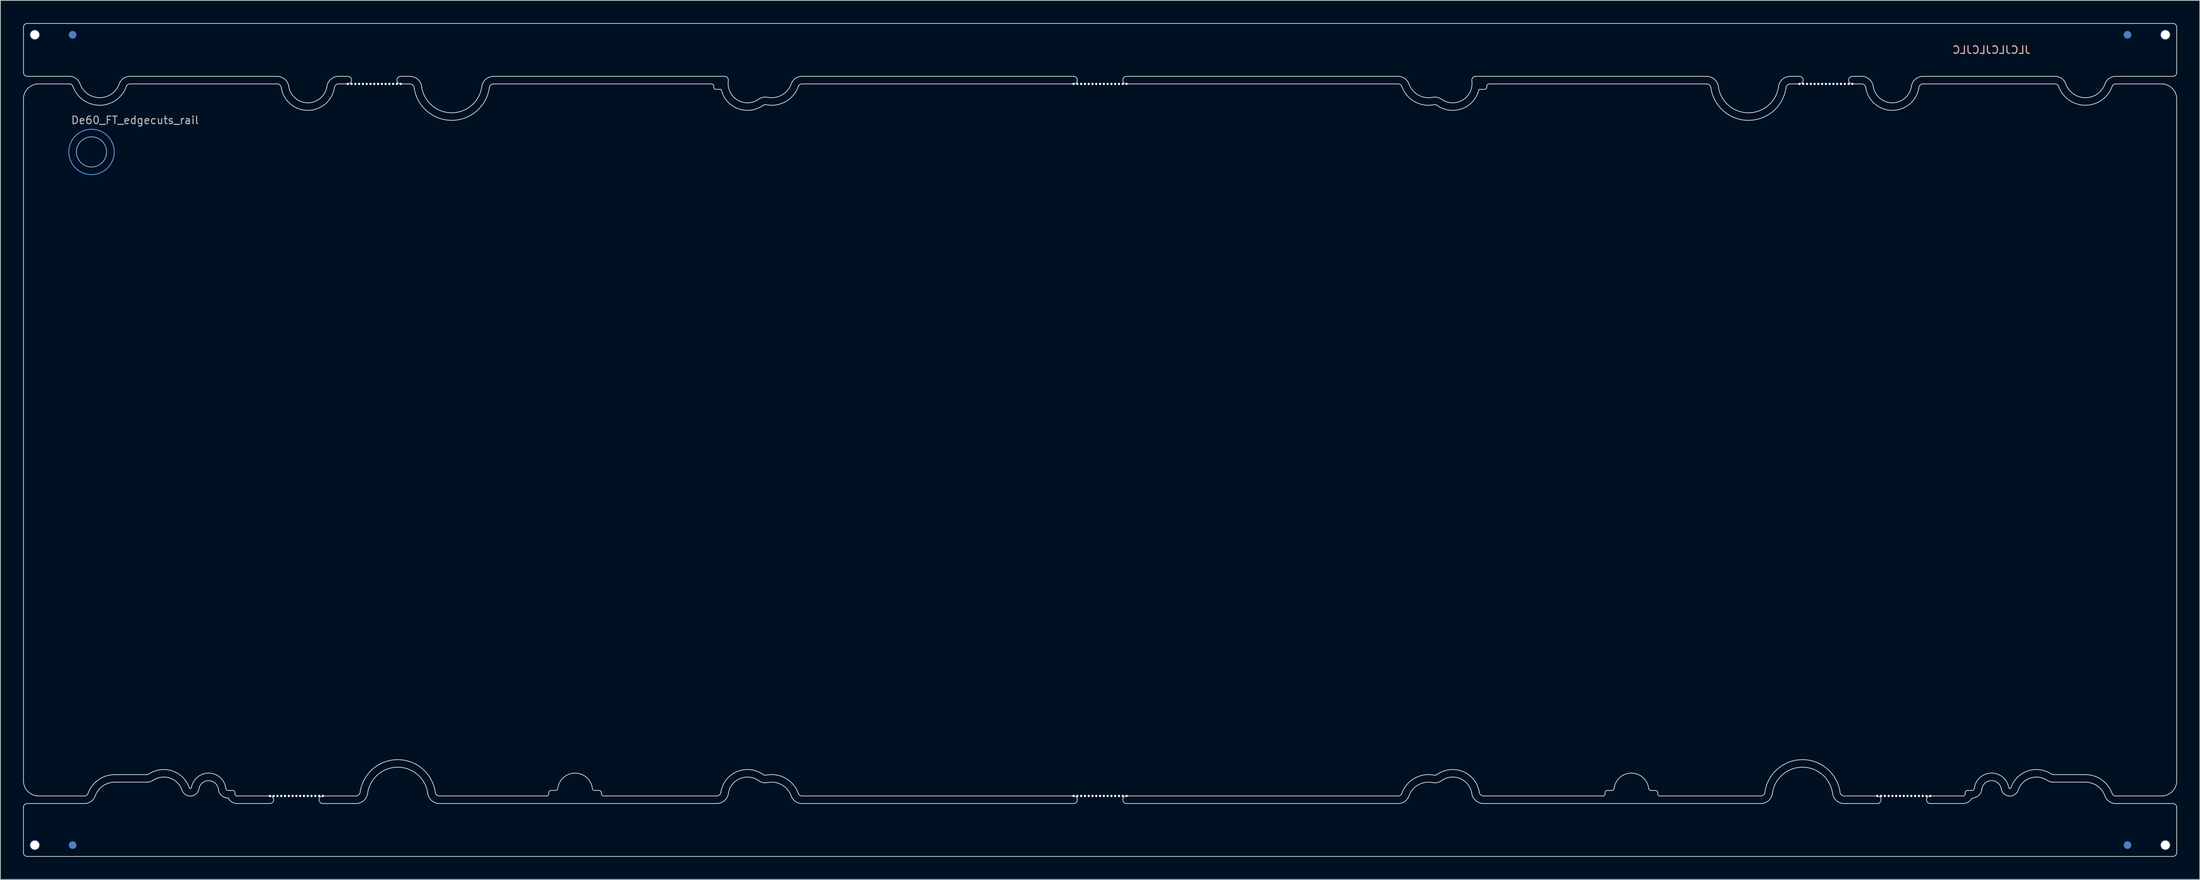
<source format=kicad_pcb>
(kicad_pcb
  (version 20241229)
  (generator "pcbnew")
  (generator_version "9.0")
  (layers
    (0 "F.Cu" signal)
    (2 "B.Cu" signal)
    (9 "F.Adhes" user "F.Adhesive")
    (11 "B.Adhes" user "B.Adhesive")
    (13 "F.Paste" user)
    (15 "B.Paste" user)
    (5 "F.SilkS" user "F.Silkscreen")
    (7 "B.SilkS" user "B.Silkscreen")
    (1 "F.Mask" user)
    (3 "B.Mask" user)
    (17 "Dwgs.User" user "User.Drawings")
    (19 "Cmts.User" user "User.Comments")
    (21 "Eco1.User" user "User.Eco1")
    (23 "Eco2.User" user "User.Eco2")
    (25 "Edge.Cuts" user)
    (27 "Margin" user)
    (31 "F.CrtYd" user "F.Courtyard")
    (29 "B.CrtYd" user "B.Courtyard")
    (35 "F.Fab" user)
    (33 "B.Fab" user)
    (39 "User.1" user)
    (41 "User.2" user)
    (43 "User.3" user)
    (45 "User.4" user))
  (footprint "De60_FT_edgecuts_rail"
    (layer "F.Cu")
    (at 9.051 17.05)
    (property "Reference" "De60_FT_edgecuts_rail" (at 5.751 -4.2 0) (unlocked yes) (layer "F.Fab") (effects (font (size 1 1) (thickness 0.15))))
    (fp_circle (center 0 0) (end 0 -3) (stroke (width 0.12) (type solid)) (fill no) (layer "Cmts.User"))
    (fp_circle (center 0 0) (end 1.994 0) (stroke (width 0.05) (type solid)) (fill no) (layer "Cmts.User"))
    (fp_line (start -9.001 92.7) (end -9.001 86.7) (stroke (width 0.1) (type solid)) (layer "Edge.Cuts"))
    (fp_line (start -9 -7) (end -9 83.201) (stroke (width 0.1) (type solid)) (layer "Edge.Cuts"))
    (fp_line (start -8.996 -16.5) (end -8.996 -10.5) (stroke (width 0.1) (type solid)) (layer "Edge.Cuts"))
    (fp_line (start -8.501 86.2) (end -0.929 86.2) (stroke (width 0.1) (type solid)) (layer "Edge.Cuts"))
    (fp_line (start -8.496 -10) (end -2.929 -10) (stroke (width 0.1) (type solid)) (layer "Edge.Cuts"))
    (fp_line (start -2.929 -9) (end -7 -9) (stroke (width 0.1) (type solid)) (layer "Edge.Cuts"))
    (fp_line (start -0.929 85.2) (end -7 85.2) (stroke (width 0.1) (type solid)) (layer "Edge.Cuts"))
    (fp_line (start 3.075 83.375) (end 7.311 83.375) (stroke (width 0.1) (type solid)) (layer "Edge.Cuts"))
    (fp_line (start 5.079 -10) (end 24.531 -10) (stroke (width 0.1) (type solid)) (layer "Edge.Cuts"))
    (fp_line (start 7.311 82.375) (end 3.075 82.375) (stroke (width 0.1) (type solid)) (layer "Edge.Cuts"))
    (fp_line (start 13.037 85.211) (end 13.089 85.211) (stroke (width 0.1) (type solid)) (layer "Edge.Cuts"))
    (fp_line (start 13.089 84.211) (end 13.037 84.211) (stroke (width 0.1) (type solid)) (layer "Edge.Cuts"))
    (fp_line (start 18.061 85.475) (end 18.086 85.475) (stroke (width 0.1) (type solid)) (layer "Edge.Cuts"))
    (fp_line (start 18.664 84.475) (end 18.061 84.475) (stroke (width 0.1) (type solid)) (layer "Edge.Cuts"))
    (fp_line (start 18.956 84.874) (end 18.962 84.808) (stroke (width 0.1) (type solid)) (layer "Edge.Cuts"))
    (fp_line (start 19.159 86.2) (end 23.587 86.2) (stroke (width 0.1) (type solid)) (layer "Edge.Cuts"))
    (fp_line (start 23.587 85.2) (end 19.209 85.2) (stroke (width 0.1) (type solid)) (layer "Edge.Cuts"))
    (fp_line (start 24.53 -9) (end 5.079 -9) (stroke (width 0.1) (type solid)) (layer "Edge.Cuts"))
    (fp_line (start 30.587 86.2) (end 34.967 86.2) (stroke (width 0.1) (type solid)) (layer "Edge.Cuts"))
    (fp_line (start 32.671 -10) (end 33.884 -10) (stroke (width 0.1) (type solid)) (layer "Edge.Cuts"))
    (fp_line (start 33.884 -9) (end 32.672 -9) (stroke (width 0.1) (type solid)) (layer "Edge.Cuts"))
    (fp_line (start 34.966 85.2) (end 30.587 85.2) (stroke (width 0.1) (type solid)) (layer "Edge.Cuts"))
    (fp_line (start 40.884 -10) (end 42.096 -10) (stroke (width 0.1) (type solid)) (layer "Edge.Cuts"))
    (fp_line (start 42.095 -9) (end 40.884 -9) (stroke (width 0.1) (type solid)) (layer "Edge.Cuts"))
    (fp_line (start 45.995 86.2) (end 82.653 86.2) (stroke (width 0.1) (type solid)) (layer "Edge.Cuts"))
    (fp_line (start 53.154 -10) (end 83.702 -10) (stroke (width 0.1) (type solid)) (layer "Edge.Cuts"))
    (fp_line (start 60.206 85.2) (end 45.996 85.2) (stroke (width 0.1) (type solid)) (layer "Edge.Cuts"))
    (fp_line (start 60.453 84.808) (end 60.459 84.874) (stroke (width 0.1) (type solid)) (layer "Edge.Cuts"))
    (fp_line (start 61.354 84.475) (end 60.751 84.475) (stroke (width 0.1) (type solid)) (layer "Edge.Cuts"))
    (fp_line (start 67.123 84.475) (end 66.519 84.475) (stroke (width 0.1) (type solid)) (layer "Edge.Cuts"))
    (fp_line (start 67.413 84.903) (end 67.421 84.808) (stroke (width 0.1) (type solid)) (layer "Edge.Cuts"))
    (fp_line (start 81.975 -9) (end 53.155 -9) (stroke (width 0.1) (type solid)) (layer "Edge.Cuts"))
    (fp_line (start 82.267 -8.601) (end 82.273 -8.666) (stroke (width 0.1) (type solid)) (layer "Edge.Cuts"))
    (fp_line (start 82.654 85.2) (end 67.667 85.2) (stroke (width 0.1) (type solid)) (layer "Edge.Cuts"))
    (fp_line (start 83.256 -8.274) (end 82.611 -8.274) (stroke (width 0.1) (type solid)) (layer "Edge.Cuts"))
    (fp_line (start 93.929 86.2) (end 129.85 86.2) (stroke (width 0.1) (type solid)) (layer "Edge.Cuts"))
    (fp_line (start 93.929 -10) (end 129.85 -10) (stroke (width 0.1) (type solid)) (layer "Edge.Cuts"))
    (fp_line (start 129.85 -9) (end 93.929 -9) (stroke (width 0.1) (type solid)) (layer "Edge.Cuts"))
    (fp_line (start 129.85 85.2) (end 93.929 85.2) (stroke (width 0.1) (type solid)) (layer "Edge.Cuts"))
    (fp_line (start 136.85 -9) (end 172.771 -9) (stroke (width 0.1) (type solid)) (layer "Edge.Cuts"))
    (fp_line (start 136.85 85.2) (end 172.771 85.2) (stroke (width 0.1) (type solid)) (layer "Edge.Cuts"))
    (fp_line (start 172.771 -10) (end 136.85 -10) (stroke (width 0.1) (type solid)) (layer "Edge.Cuts"))
    (fp_line (start 172.771 86.2) (end 136.85 86.2) (stroke (width 0.1) (type solid)) (layer "Edge.Cuts"))
    (fp_line (start 183.444 -8.274) (end 184.142 -8.274) (stroke (width 0.1) (type solid)) (layer "Edge.Cuts"))
    (fp_line (start 184.046 85.2) (end 199.866 85.2) (stroke (width 0.1) (type solid)) (layer "Edge.Cuts"))
    (fp_line (start 184.486 -8.601) (end 184.479 -8.666) (stroke (width 0.1) (type solid)) (layer "Edge.Cuts"))
    (fp_line (start 184.777 -9) (end 213.545 -9) (stroke (width 0.1) (type solid)) (layer "Edge.Cuts"))
    (fp_line (start 200.119 84.874) (end 200.113 84.808) (stroke (width 0.1) (type solid)) (layer "Edge.Cuts"))
    (fp_line (start 200.411 84.475) (end 201.014 84.475) (stroke (width 0.1) (type solid)) (layer "Edge.Cuts"))
    (fp_line (start 206.179 84.475) (end 206.783 84.475) (stroke (width 0.1) (type solid)) (layer "Edge.Cuts"))
    (fp_line (start 207.081 84.808) (end 207.074 84.874) (stroke (width 0.1) (type solid)) (layer "Edge.Cuts"))
    (fp_line (start 207.327 85.2) (end 220.704 85.2) (stroke (width 0.1) (type solid)) (layer "Edge.Cuts"))
    (fp_line (start 213.546 -10) (end 182.998 -10) (stroke (width 0.1) (type solid)) (layer "Edge.Cuts"))
    (fp_line (start 220.705 86.2) (end 184.047 86.2) (stroke (width 0.1) (type solid)) (layer "Edge.Cuts"))
    (fp_line (start 224.605 -9) (end 225.816 -9) (stroke (width 0.1) (type solid)) (layer "Edge.Cuts"))
    (fp_line (start 225.816 -10) (end 224.604 -10) (stroke (width 0.1) (type solid)) (layer "Edge.Cuts"))
    (fp_line (start 231.734 85.2) (end 236.113 85.2) (stroke (width 0.1) (type solid)) (layer "Edge.Cuts"))
    (fp_line (start 232.816 -9) (end 234.028 -9) (stroke (width 0.1) (type solid)) (layer "Edge.Cuts"))
    (fp_line (start 234.029 -10) (end 232.816 -10) (stroke (width 0.1) (type solid)) (layer "Edge.Cuts"))
    (fp_line (start 236.113 86.2) (end 231.733 86.2) (stroke (width 0.1) (type solid)) (layer "Edge.Cuts"))
    (fp_line (start 242.17 -9) (end 259.621 -9) (stroke (width 0.1) (type solid)) (layer "Edge.Cuts"))
    (fp_line (start 243.112 86.2) (end 247.541 86.2) (stroke (width 0.1) (type solid)) (layer "Edge.Cuts"))
    (fp_line (start 243.113 85.2) (end 247.491 85.2) (stroke (width 0.1) (type solid)) (layer "Edge.Cuts"))
    (fp_line (start 247.744 84.874) (end 247.738 84.808) (stroke (width 0.1) (type solid)) (layer "Edge.Cuts"))
    (fp_line (start 248.036 84.475) (end 248.639 84.475) (stroke (width 0.1) (type solid)) (layer "Edge.Cuts"))
    (fp_line (start 253.611 84.211) (end 253.663 84.211) (stroke (width 0.1) (type solid)) (layer "Edge.Cuts"))
    (fp_line (start 253.611 85.211) (end 253.663 85.211) (stroke (width 0.1) (type solid)) (layer "Edge.Cuts"))
    (fp_line (start 259.389 82.375) (end 263.625 82.375) (stroke (width 0.1) (type solid)) (layer "Edge.Cuts"))
    (fp_line (start 259.389 83.375) (end 263.625 83.375) (stroke (width 0.1) (type solid)) (layer "Edge.Cuts"))
    (fp_line (start 259.621 -10) (end 242.169 -10) (stroke (width 0.1) (type solid)) (layer "Edge.Cuts"))
    (fp_line (start 267.629 85.2) (end 273.7 85.2) (stroke (width 0.1) (type solid)) (layer "Edge.Cuts"))
    (fp_line (start 267.629 86.2) (end 275.2 86.2) (stroke (width 0.1) (type solid)) (layer "Edge.Cuts"))
    (fp_line (start 267.629 -9) (end 273.7 -9) (stroke (width 0.1) (type solid)) (layer "Edge.Cuts"))
    (fp_line (start 275.199 -17) (end -8.496 -17) (stroke (width 0.1) (type solid)) (layer "Edge.Cuts"))
    (fp_line (start 275.199 -10) (end 267.629 -10) (stroke (width 0.1) (type solid)) (layer "Edge.Cuts"))
    (fp_line (start 275.2 93.2) (end -8.501 93.2) (stroke (width 0.1) (type solid)) (layer "Edge.Cuts"))
    (fp_line (start 275.699 -16.5) (end 275.699 -10.5) (stroke (width 0.1) (type solid)) (layer "Edge.Cuts"))
    (fp_line (start 275.7 -7) (end 275.7 83.201) (stroke (width 0.1) (type solid)) (layer "Edge.Cuts"))
    (fp_line (start 275.7 86.7) (end 275.7 92.7) (stroke (width 0.1) (type solid)) (layer "Edge.Cuts"))
    (fp_arc (start -9.001479 86.700001) (mid -8.855048 86.346424) (end -8.501479 86.200001) (stroke (width 0.1) (type solid)) (layer "Edge.Cuts"))
    (fp_arc (start -9.000006 -7.000001) (mid -8.413996 -8.413977) (end -7.000006 -9) (stroke (width 0.1) (type solid)) (layer "Edge.Cuts"))
    (fp_arc (start -8.99638 -16.5) (mid -8.849949 -16.853576) (end -8.49638 -17) (stroke (width 0.1) (type solid)) (layer "Edge.Cuts"))
    (fp_arc (start -8.501479 93.200001) (mid -8.855062 93.053564) (end -9.001479 92.700001) (stroke (width 0.1) (type solid)) (layer "Edge.Cuts"))
    (fp_arc (start -8.49638 -10) (mid -8.849962 -10.146437) (end -8.99638 -10.5) (stroke (width 0.1) (type solid)) (layer "Edge.Cuts"))
    (fp_arc (start -7.000006 85.200001) (mid -8.414508 84.614503) (end -9.000006 83.200001) (stroke (width 0.1) (type solid)) (layer "Edge.Cuts"))
    (fp_arc (start -2.92938 -10) (mid -2.064685 -9.725686) (end -1.516257 -9.003073) (stroke (width 0.1) (type solid)) (layer "Edge.Cuts"))
    (fp_arc (start -2.92938 -9) (mid -2.641166 -8.90855) (end -2.458339 -8.667691) (stroke (width 0.1) (type solid)) (layer "Edge.Cuts"))
    (fp_arc (start -0.458313 84.867853) (mid -0.641144 85.108592) (end -0.929297 85.200001) (stroke (width 0.1) (type solid)) (layer "Edge.Cuts"))
    (fp_arc (start -0.458313 84.867853) (mid 0.913092 83.061404) (end 3.074771 82.374997) (stroke (width 0.1) (type solid)) (layer "Edge.Cuts"))
    (fp_arc (start 0.483655 85.203556) (mid -0.064821 85.925814) (end -0.929297 86.200001) (stroke (width 0.1) (type solid)) (layer "Edge.Cuts"))
    (fp_arc (start 0.483655 85.203556) (mid 1.489617 83.878519) (end 3.075242 83.374996) (stroke (width 0.1) (type solid)) (layer "Edge.Cuts"))
    (fp_arc (start 3.666254 -9.003073) (mid 1.074999 -7.175001) (end -1.516257 -9.003073) (stroke (width 0.1) (type solid)) (layer "Edge.Cuts"))
    (fp_arc (start 3.666254 -9.003073) (mid 4.214673 -9.725715) (end 5.079377 -10) (stroke (width 0.1) (type solid)) (layer "Edge.Cuts"))
    (fp_arc (start 4.608336 -8.667691) (mid 1.074998 -6.175) (end -2.458339 -8.667691) (stroke (width 0.1) (type solid)) (layer "Edge.Cuts"))
    (fp_arc (start 4.608336 -8.667691) (mid 4.791135 -8.908592) (end 5.079377 -9) (stroke (width 0.1) (type solid)) (layer "Edge.Cuts"))
    (fp_arc (start 7.586978 82.291887) (mid 7.455074 82.353771) (end 7.31093 82.374996) (stroke (width 0.1) (type solid)) (layer "Edge.Cuts"))
    (fp_arc (start 7.586978 82.291887) (mid 10.708063 81.894405) (end 12.923162 84.128799) (stroke (width 0.1) (type solid)) (layer "Edge.Cuts"))
    (fp_arc (start 8.139075 83.125667) (mid 7.743362 83.311315) (end 7.31093 83.374996) (stroke (width 0.1) (type solid)) (layer "Edge.Cuts"))
    (fp_arc (start 8.139075 83.125667) (mid 10.382572 82.839951) (end 11.974829 84.446076) (stroke (width 0.1) (type solid)) (layer "Edge.Cuts"))
    (fp_arc (start 13.036962 84.210726) (mid 12.966874 84.188096) (end 12.923162 84.128799) (stroke (width 0.1) (type solid)) (layer "Edge.Cuts"))
    (fp_arc (start 13.036962 85.210726) (mid 12.382613 84.999662) (end 11.974829 84.446076) (stroke (width 0.1) (type solid)) (layer "Edge.Cuts"))
    (fp_arc (start 13.207477 84.109836) (mid 13.16682 84.182104) (end 13.089008 84.210726) (stroke (width 0.1) (type solid)) (layer "Edge.Cuts"))
    (fp_arc (start 13.207477 84.109836) (mid 15.528336 82.176666) (end 17.762598 84.209308) (stroke (width 0.1) (type solid)) (layer "Edge.Cuts"))
    (fp_arc (start 14.194715 84.269086) (mid 13.815183 84.943435) (end 13.089008 85.210726) (stroke (width 0.1) (type solid)) (layer "Edge.Cuts"))
    (fp_arc (start 14.194715 84.269086) (mid 15.506503 83.176427) (end 16.769349 84.325309) (stroke (width 0.1) (type solid)) (layer "Edge.Cuts"))
    (fp_arc (start 18.060573 84.474508) (mid 17.861154 84.398592) (end 17.762598 84.209308) (stroke (width 0.1) (type solid)) (layer "Edge.Cuts"))
    (fp_arc (start 18.060573 85.474508) (mid 17.196323 85.145587) (end 16.769349 84.325309) (stroke (width 0.1) (type solid)) (layer "Edge.Cuts"))
    (fp_arc (start 18.664031 84.474508) (mid 18.887737 84.574629) (end 18.962139 84.808143) (stroke (width 0.1) (type solid)) (layer "Edge.Cuts"))
    (fp_arc (start 19.15908 86.200001) (mid 18.525932 85.980351) (end 18.086351 85.474508) (stroke (width 0.1) (type solid)) (layer "Edge.Cuts"))
    (fp_arc (start 19.208623 85.200001) (mid 19.017136 85.087349) (end 18.955693 84.873871) (stroke (width 0.1) (type solid)) (layer "Edge.Cuts"))
    (fp_arc (start 23.58731 85.200001) (mid 24.087254 85.699954) (end 23.58731 86.200001) (stroke (width 0.1) (type solid)) (layer "Edge.Cuts"))
    (fp_arc (start 24.53 -9) (mid 24.933479 -8.832493) (end 25.100999 -8.429001) (stroke (width 0.1) (type solid)) (layer "Edge.Cuts"))
    (fp_arc (start 24.53058 -10) (mid 25.598339 -9.5803) (end 26.096513 -8.546803) (stroke (width 0.1) (type solid)) (layer "Edge.Cuts"))
    (fp_arc (start 30.58731 86.200001) (mid 30.087254 85.699954) (end 30.58731 85.200001) (stroke (width 0.1) (type solid)) (layer "Edge.Cuts"))
    (fp_arc (start 31.105486 -8.546803) (mid 28.601 -6.500002) (end 26.096513 -8.546803) (stroke (width 0.1) (type solid)) (layer "Edge.Cuts"))
    (fp_arc (start 31.105486 -8.546803) (mid 31.603631 -9.580332) (end 32.671419 -10) (stroke (width 0.1) (type solid)) (layer "Edge.Cuts"))
    (fp_arc (start 32.100999 -8.429001) (mid 28.600999 -5.500001) (end 25.100999 -8.429001) (stroke (width 0.1) (type solid)) (layer "Edge.Cuts"))
    (fp_arc (start 32.100999 -8.429001) (mid 32.268488 -8.832526) (end 32.671999 -9) (stroke (width 0.1) (type solid)) (layer "Edge.Cuts"))
    (fp_arc (start 33.883501 -10) (mid 34.383455 -9.500046) (end 33.883501 -9) (stroke (width 0.1) (type solid)) (layer "Edge.Cuts"))
    (fp_arc (start 35.521997 84.644001) (mid 35.358985 85.036974) (end 34.965997 85.200001) (stroke (width 0.1) (type solid)) (layer "Edge.Cuts"))
    (fp_arc (start 35.521997 84.644001) (mid 40.480997 80.397) (end 45.439996 84.644001) (stroke (width 0.1) (type solid)) (layer "Edge.Cuts"))
    (fp_arc (start 36.518689 84.74492) (mid 36.03015 85.778888) (end 34.966916 86.200001) (stroke (width 0.1) (type solid)) (layer "Edge.Cuts"))
    (fp_arc (start 36.518689 84.74492) (mid 40.481004 81.396998) (end 44.443306 84.744928) (stroke (width 0.1) (type solid)) (layer "Edge.Cuts"))
    (fp_arc (start 40.883501 -9) (mid 40.383455 -9.500046) (end 40.883501 -10) (stroke (width 0.1) (type solid)) (layer "Edge.Cuts"))
    (fp_arc (start 42.095003 -9) (mid 42.49848 -8.832492) (end 42.666002 -8.429001) (stroke (width 0.1) (type solid)) (layer "Edge.Cuts"))
    (fp_arc (start 42.095582 -10) (mid 43.169613 -9.574445) (end 43.662718 -8.529683) (stroke (width 0.1) (type solid)) (layer "Edge.Cuts"))
    (fp_arc (start 45.995075 86.200001) (mid 44.931817 85.778923) (end 44.443306 84.744928) (stroke (width 0.1) (type solid)) (layer "Edge.Cuts"))
    (fp_arc (start 45.996004 85.200001) (mid 45.60298 85.03701) (end 45.439996 84.644001) (stroke (width 0.1) (type solid)) (layer "Edge.Cuts"))
    (fp_arc (start 51.587285 -8.529683) (mid 47.625002 -5.181) (end 43.662718 -8.529683) (stroke (width 0.1) (type solid)) (layer "Edge.Cuts"))
    (fp_arc (start 51.587285 -8.529683) (mid 52.080359 -9.574477) (end 53.154421 -10) (stroke (width 0.1) (type solid)) (layer "Edge.Cuts"))
    (fp_arc (start 52.584001 -8.429001) (mid 47.625001 -4.180999) (end 42.666002 -8.429001) (stroke (width 0.1) (type solid)) (layer "Edge.Cuts"))
    (fp_arc (start 52.584001 -8.429001) (mid 52.75149 -8.832525) (end 53.155 -9) (stroke (width 0.1) (type solid)) (layer "Edge.Cuts"))
    (fp_arc (start 60.452611 84.808143) (mid 60.527031 84.57466) (end 60.750719 84.474508) (stroke (width 0.1) (type solid)) (layer "Edge.Cuts"))
    (fp_arc (start 60.459057 84.873871) (mid 60.397571 85.087326) (end 60.206127 85.200001) (stroke (width 0.1) (type solid)) (layer "Edge.Cuts"))
    (fp_arc (start 61.652152 84.209308) (mid 61.553638 84.398624) (end 61.354177 84.474508) (stroke (width 0.1) (type solid)) (layer "Edge.Cuts"))
    (fp_arc (start 61.652152 84.209308) (mid 63.936625 82.176111) (end 66.221098 84.209308) (stroke (width 0.1) (type solid)) (layer "Edge.Cuts"))
    (fp_arc (start 66.519073 84.474508) (mid 66.319654 84.398592) (end 66.221098 84.209308) (stroke (width 0.1) (type solid)) (layer "Edge.Cuts"))
    (fp_arc (start 67.122531 84.474508) (mid 67.346237 84.574629) (end 67.420639 84.808143) (stroke (width 0.1) (type solid)) (layer "Edge.Cuts"))
    (fp_arc (start 67.667124 85.200001) (mid 67.485015 85.098842) (end 67.412728 84.903488) (stroke (width 0.1) (type solid)) (layer "Edge.Cuts"))
    (fp_arc (start 81.975248 -8.999993) (mid 82.198942 -8.899866) (end 82.273356 -8.666358) (stroke (width 0.1) (type solid)) (layer "Edge.Cuts"))
    (fp_arc (start 82.61105 -8.2745) (mid 82.359041 -8.353242) (end 82.26691 -8.60063) (stroke (width 0.1) (type solid)) (layer "Edge.Cuts"))
    (fp_arc (start 83.225 84.629002) (mid 83.058011 85.033028) (end 82.654001 85.200001) (stroke (width 0.1) (type solid)) (layer "Edge.Cuts"))
    (fp_arc (start 83.225 84.629002) (mid 85.385696 81.96214) (end 88.794277 82.364948) (stroke (width 0.1) (type solid)) (layer "Edge.Cuts"))
    (fp_arc (start 83.702142 -9.999993) (mid 84.080576 -9.826754) (end 84.196803 -9.427116) (stroke (width 0.1) (type solid)) (layer "Edge.Cuts"))
    (fp_arc (start 84.220707 84.745865) (mid 83.722803 85.780894) (end 82.653457 86.200001) (stroke (width 0.1) (type solid)) (layer "Edge.Cuts"))
    (fp_arc (start 84.220707 84.745865) (mid 85.790374 82.877295) (end 88.212132 83.178033) (stroke (width 0.1) (type solid)) (layer "Edge.Cuts"))
    (fp_arc (start 88.213449 -6.97775) (mid 85.394418 -6.872984) (end 84.196803 -9.427116) (stroke (width 0.1) (type solid)) (layer "Edge.Cuts"))
    (fp_arc (start 88.213449 -6.97775) (mid 88.772239 -7.22511) (end 89.383317 -7.229072) (stroke (width 0.1) (type solid)) (layer "Edge.Cuts"))
    (fp_arc (start 88.796012 -6.164965) (mid 85.459598 -5.732082) (end 83.256169 -8.2745) (stroke (width 0.1) (type solid)) (layer "Edge.Cuts"))
    (fp_arc (start 88.796012 -6.164965) (mid 88.982276 -6.247418) (end 89.185968 -6.248738) (stroke (width 0.1) (type solid)) (layer "Edge.Cuts"))
    (fp_arc (start 89.183893 82.448599) (mid 88.980399 82.447246) (end 88.794277 82.364948) (stroke (width 0.1) (type solid)) (layer "Edge.Cuts"))
    (fp_arc (start 89.183893 82.448599) (mid 91.771873 82.861785) (end 93.458309 84.86785) (stroke (width 0.1) (type solid)) (layer "Edge.Cuts"))
    (fp_arc (start 89.38098 83.428985) (mid 88.770468 83.425004) (end 88.212132 83.178033) (stroke (width 0.1) (type solid)) (layer "Edge.Cuts"))
    (fp_arc (start 89.38098 83.428985) (mid 91.279311 83.732062) (end 92.516339 85.203549) (stroke (width 0.1) (type solid)) (layer "Edge.Cuts"))
    (fp_arc (start 92.516201 -9.002789) (mid 91.280451 -7.531834) (end 89.383317 -7.229072) (stroke (width 0.1) (type solid)) (layer "Edge.Cuts"))
    (fp_arc (start 92.516201 -9.002789) (mid 93.064602 -9.72561) (end 93.929425 -10) (stroke (width 0.1) (type solid)) (layer "Edge.Cuts"))
    (fp_arc (start 93.45835 -8.667596) (mid 91.773131 -6.661623) (end 89.185968 -6.248738) (stroke (width 0.1) (type solid)) (layer "Edge.Cuts"))
    (fp_arc (start 93.45835 -8.667596) (mid 93.641146 -8.908544) (end 93.929425 -9) (stroke (width 0.1) (type solid)) (layer "Edge.Cuts"))
    (fp_arc (start 93.929293 85.200001) (mid 93.641125 85.108612) (end 93.458309 84.86785) (stroke (width 0.1) (type solid)) (layer "Edge.Cuts"))
    (fp_arc (start 93.929293 86.200001) (mid 93.0648 85.925833) (end 92.516339 85.203549) (stroke (width 0.1) (type solid)) (layer "Edge.Cuts"))
    (fp_arc (start 129.85 -10) (mid 130.349955 -9.500046) (end 129.85 -9) (stroke (width 0.1) (type solid)) (layer "Edge.Cuts"))
    (fp_arc (start 129.85 85.200001) (mid 130.349954 85.699954) (end 129.85 86.200001) (stroke (width 0.1) (type solid)) (layer "Edge.Cuts"))
    (fp_arc (start 136.85 -9) (mid 136.349955 -9.500046) (end 136.85 -10) (stroke (width 0.1) (type solid)) (layer "Edge.Cuts"))
    (fp_arc (start 136.85 86.200001) (mid 136.349954 85.699954) (end 136.85 85.200001) (stroke (width 0.1) (type solid)) (layer "Edge.Cuts"))
    (fp_arc (start 172.770575 -10) (mid 173.635395 -9.725604) (end 174.183799 -9.002789) (stroke (width 0.1) (type solid)) (layer "Edge.Cuts"))
    (fp_arc (start 172.770575 -9) (mid 173.05885 -8.908539) (end 173.24165 -8.667596) (stroke (width 0.1) (type solid)) (layer "Edge.Cuts"))
    (fp_arc (start 173.241691 84.86785) (mid 173.058861 85.108592) (end 172.770707 85.200001) (stroke (width 0.1) (type solid)) (layer "Edge.Cuts"))
    (fp_arc (start 173.241691 84.86785) (mid 174.92813 82.861783) (end 177.516114 82.4486) (stroke (width 0.1) (type solid)) (layer "Edge.Cuts"))
    (fp_arc (start 174.183661 85.203549) (mid 173.635186 85.925813) (end 172.770707 86.200001) (stroke (width 0.1) (type solid)) (layer "Edge.Cuts"))
    (fp_arc (start 174.183661 85.203549) (mid 175.420692 83.732061) (end 177.319025 83.428986) (stroke (width 0.1) (type solid)) (layer "Edge.Cuts"))
    (fp_arc (start 177.31647 -7.229029) (mid 175.419457 -7.531892) (end 174.183799 -9.002789) (stroke (width 0.1) (type solid)) (layer "Edge.Cuts"))
    (fp_arc (start 177.31647 -7.229029) (mid 177.927475 -7.225047) (end 178.48619 -6.977707) (stroke (width 0.1) (type solid)) (layer "Edge.Cuts"))
    (fp_arc (start 177.513742 -6.24868) (mid 174.926743 -6.6617) (end 173.24165 -8.667596) (stroke (width 0.1) (type solid)) (layer "Edge.Cuts"))
    (fp_arc (start 177.513742 -6.24868) (mid 177.717412 -6.247358) (end 177.903649 -6.164906) (stroke (width 0.1) (type solid)) (layer "Edge.Cuts"))
    (fp_arc (start 177.905671 82.364992) (mid 177.719581 82.447266) (end 177.516114 82.4486) (stroke (width 0.1) (type solid)) (layer "Edge.Cuts"))
    (fp_arc (start 177.905671 82.364992) (mid 181.31412 81.962489) (end 183.475 84.629002) (stroke (width 0.1) (type solid)) (layer "Edge.Cuts"))
    (fp_arc (start 178.487698 83.178161) (mid 177.929425 83.425) (end 177.319025 83.428986) (stroke (width 0.1) (type solid)) (layer "Edge.Cuts"))
    (fp_arc (start 178.487698 83.178161) (mid 180.909425 82.877637) (end 182.479301 84.745974) (stroke (width 0.1) (type solid)) (layer "Edge.Cuts"))
    (fp_arc (start 182.503264 -9.42716) (mid 181.305379 -6.872976) (end 178.48619 -6.977707) (stroke (width 0.1) (type solid)) (layer "Edge.Cuts"))
    (fp_arc (start 182.503264 -9.42716) (mid 182.619523 -9.826739) (end 182.99793 -9.999993) (stroke (width 0.1) (type solid)) (layer "Edge.Cuts"))
    (fp_arc (start 183.443823 -8.2745) (mid 181.240197 -5.732064) (end 177.903649 -6.164906) (stroke (width 0.1) (type solid)) (layer "Edge.Cuts"))
    (fp_arc (start 184.045999 85.200001) (mid 183.642027 85.03299) (end 183.475 84.629002) (stroke (width 0.1) (type solid)) (layer "Edge.Cuts"))
    (fp_arc (start 184.046543 86.200001) (mid 182.977272 85.780894) (end 182.479301 84.745974) (stroke (width 0.1) (type solid)) (layer "Edge.Cuts"))
    (fp_arc (start 184.479346 -8.666358) (mid 184.553764 -8.899862) (end 184.777454 -8.999993) (stroke (width 0.1) (type solid)) (layer "Edge.Cuts"))
    (fp_arc (start 184.485792 -8.60063) (mid 184.393603 -8.353304) (end 184.141652 -8.2745) (stroke (width 0.1) (type solid)) (layer "Edge.Cuts"))
    (fp_arc (start 200.112861 84.808143) (mid 200.187279 84.574643) (end 200.410969 84.474508) (stroke (width 0.1) (type solid)) (layer "Edge.Cuts"))
    (fp_arc (start 200.119307 84.873871) (mid 200.057818 85.087313) (end 199.866377 85.200001) (stroke (width 0.1) (type solid)) (layer "Edge.Cuts"))
    (fp_arc (start 201.312402 84.209308) (mid 201.213892 84.398643) (end 201.014427 84.474508) (stroke (width 0.1) (type solid)) (layer "Edge.Cuts"))
    (fp_arc (start 201.312402 84.209308) (mid 203.596875 82.176111) (end 205.881348 84.209308) (stroke (width 0.1) (type solid)) (layer "Edge.Cuts"))
    (fp_arc (start 206.179323 84.474508) (mid 205.979874 84.398611) (end 205.881348 84.209308) (stroke (width 0.1) (type solid)) (layer "Edge.Cuts"))
    (fp_arc (start 206.782781 84.474508) (mid 207.006522 84.574613) (end 207.080889 84.808143) (stroke (width 0.1) (type solid)) (layer "Edge.Cuts"))
    (fp_arc (start 207.327373 85.200001) (mid 207.135916 85.087336) (end 207.074443 84.873871) (stroke (width 0.1) (type solid)) (layer "Edge.Cuts"))
    (fp_arc (start 213.545 -9) (mid 213.948479 -8.832493) (end 214.115999 -8.429001) (stroke (width 0.1) (type solid)) (layer "Edge.Cuts"))
    (fp_arc (start 213.545579 -10) (mid 214.619612 -9.574446) (end 215.112715 -8.529683) (stroke (width 0.1) (type solid)) (layer "Edge.Cuts"))
    (fp_arc (start 221.260004 84.644001) (mid 221.09699 85.03698) (end 220.703996 85.200001) (stroke (width 0.1) (type solid)) (layer "Edge.Cuts"))
    (fp_arc (start 221.260004 84.644001) (mid 226.219004 80.397) (end 231.178003 84.644001) (stroke (width 0.1) (type solid)) (layer "Edge.Cuts"))
    (fp_arc (start 222.256694 84.744928) (mid 221.768154 85.778892) (end 220.704925 86.200001) (stroke (width 0.1) (type solid)) (layer "Edge.Cuts"))
    (fp_arc (start 222.256694 84.744928) (mid 226.218997 81.396979) (end 230.181311 84.74492) (stroke (width 0.1) (type solid)) (layer "Edge.Cuts"))
    (fp_arc (start 223.037282 -8.529683) (mid 219.074998 -5.180999) (end 215.112715 -8.529683) (stroke (width 0.1) (type solid)) (layer "Edge.Cuts"))
    (fp_arc (start 223.037282 -8.529683) (mid 223.530356 -9.574478) (end 224.604418 -10) (stroke (width 0.1) (type solid)) (layer "Edge.Cuts"))
    (fp_arc (start 224.033998 -8.429001) (mid 219.074998 -4.180999) (end 214.115999 -8.429001) (stroke (width 0.1) (type solid)) (layer "Edge.Cuts"))
    (fp_arc (start 224.033998 -8.429001) (mid 224.201487 -8.832526) (end 224.604997 -9) (stroke (width 0.1) (type solid)) (layer "Edge.Cuts"))
    (fp_arc (start 225.816499 -10) (mid 226.316455 -9.500046) (end 225.816499 -9) (stroke (width 0.1) (type solid)) (layer "Edge.Cuts"))
    (fp_arc (start 231.733084 86.200001) (mid 230.669818 85.778923) (end 230.181311 84.74492) (stroke (width 0.1) (type solid)) (layer "Edge.Cuts"))
    (fp_arc (start 231.734003 85.200001) (mid 231.34098 85.03701) (end 231.178003 84.644001) (stroke (width 0.1) (type solid)) (layer "Edge.Cuts"))
    (fp_arc (start 232.816499 -9) (mid 232.316455 -9.500046) (end 232.816499 -10) (stroke (width 0.1) (type solid)) (layer "Edge.Cuts"))
    (fp_arc (start 234.028001 -9) (mid 234.431479 -8.832492) (end 234.599001 -8.429001) (stroke (width 0.1) (type solid)) (layer "Edge.Cuts"))
    (fp_arc (start 234.028581 -10) (mid 235.096339 -9.580299) (end 235.594514 -8.546803) (stroke (width 0.1) (type solid)) (layer "Edge.Cuts"))
    (fp_arc (start 236.11269 85.200001) (mid 236.612654 85.699954) (end 236.11269 86.200001) (stroke (width 0.1) (type solid)) (layer "Edge.Cuts"))
    (fp_arc (start 240.603487 -8.546803) (mid 238.099001 -6.500002) (end 235.594514 -8.546803) (stroke (width 0.1) (type solid)) (layer "Edge.Cuts"))
    (fp_arc (start 240.603487 -8.546803) (mid 241.101632 -9.580331) (end 242.16942 -10) (stroke (width 0.1) (type solid)) (layer "Edge.Cuts"))
    (fp_arc (start 241.599001 -8.429001) (mid 238.099001 -5.500001) (end 234.599001 -8.429001) (stroke (width 0.1) (type solid)) (layer "Edge.Cuts"))
    (fp_arc (start 241.599001 -8.429001) (mid 241.76649 -8.832525) (end 242.17 -9) (stroke (width 0.1) (type solid)) (layer "Edge.Cuts"))
    (fp_arc (start 243.11269 86.200001) (mid 242.612654 85.699954) (end 243.11269 85.200001) (stroke (width 0.1) (type solid)) (layer "Edge.Cuts"))
    (fp_arc (start 247.737861 84.808143) (mid 247.812279 84.574643) (end 248.035969 84.474508) (stroke (width 0.1) (type solid)) (layer "Edge.Cuts"))
    (fp_arc (start 247.744307 84.873871) (mid 247.682818 85.087313) (end 247.491377 85.200001) (stroke (width 0.1) (type solid)) (layer "Edge.Cuts"))
    (fp_arc (start 248.501149 85.662552) (mid 248.080699 86.037867) (end 247.54092 86.200001) (stroke (width 0.1) (type solid)) (layer "Edge.Cuts"))
    (fp_arc (start 248.501149 85.662552) (mid 248.646454 85.527761) (end 248.83272 85.460058) (stroke (width 0.1) (type solid)) (layer "Edge.Cuts"))
    (fp_arc (start 248.937402 84.209308) (mid 248.838892 84.398643) (end 248.639427 84.474508) (stroke (width 0.1) (type solid)) (layer "Edge.Cuts"))
    (fp_arc (start 248.937402 84.209308) (mid 251.171683 82.176671) (end 253.492523 84.109836) (stroke (width 0.1) (type solid)) (layer "Edge.Cuts"))
    (fp_arc (start 249.930651 84.325309) (mid 249.573714 85.078496) (end 248.83272 85.460058) (stroke (width 0.1) (type solid)) (layer "Edge.Cuts"))
    (fp_arc (start 249.930651 84.325309) (mid 251.193515 83.176433) (end 252.505285 84.269086) (stroke (width 0.1) (type solid)) (layer "Edge.Cuts"))
    (fp_arc (start 253.610992 84.210726) (mid 253.533201 84.18208) (end 253.492523 84.109836) (stroke (width 0.1) (type solid)) (layer "Edge.Cuts"))
    (fp_arc (start 253.610992 85.210726) (mid 252.884838 84.943411) (end 252.505285 84.269086) (stroke (width 0.1) (type solid)) (layer "Edge.Cuts"))
    (fp_arc (start 253.776739 84.128778) (mid 253.733061 84.188132) (end 253.662932 84.210726) (stroke (width 0.1) (type solid)) (layer "Edge.Cuts"))
    (fp_arc (start 253.776739 84.128778) (mid 255.991662 81.894124) (end 259.112791 82.291842) (stroke (width 0.1) (type solid)) (layer "Edge.Cuts"))
    (fp_arc (start 254.725131 84.44588) (mid 254.317398 84.999644) (end 253.662932 85.210726) (stroke (width 0.1) (type solid)) (layer "Edge.Cuts"))
    (fp_arc (start 254.725131 84.44588) (mid 256.317165 82.839666) (end 258.56056 83.125533) (stroke (width 0.1) (type solid)) (layer "Edge.Cuts"))
    (fp_arc (start 259.388906 82.374996) (mid 259.244725 82.353756) (end 259.112791 82.291842) (stroke (width 0.1) (type solid)) (layer "Edge.Cuts"))
    (fp_arc (start 259.388906 83.374996) (mid 258.956357 83.31128) (end 258.56056 83.125533) (stroke (width 0.1) (type solid)) (layer "Edge.Cuts"))
    (fp_arc (start 259.620623 -10) (mid 260.485298 -9.725673) (end 261.033746 -9.003073) (stroke (width 0.1) (type solid)) (layer "Edge.Cuts"))
    (fp_arc (start 259.620623 -9) (mid 259.908835 -8.908549) (end 260.091664 -8.667691) (stroke (width 0.1) (type solid)) (layer "Edge.Cuts"))
    (fp_arc (start 263.624554 83.374996) (mid 265.210277 83.878491) (end 266.216352 85.203593) (stroke (width 0.1) (type solid)) (layer "Edge.Cuts"))
    (fp_arc (start 263.624994 82.374996) (mid 265.78677 83.061388) (end 267.158311 84.867865) (stroke (width 0.1) (type solid)) (layer "Edge.Cuts"))
    (fp_arc (start 266.216257 -9.003073) (mid 263.625002 -7.175001) (end 261.033746 -9.003073) (stroke (width 0.1) (type solid)) (layer "Edge.Cuts"))
    (fp_arc (start 266.216257 -9.003073) (mid 266.764676 -9.725714) (end 267.62938 -10) (stroke (width 0.1) (type solid)) (layer "Edge.Cuts"))
    (fp_arc (start 267.158339 -8.667691) (mid 263.625001 -6.175) (end 260.091664 -8.667691) (stroke (width 0.1) (type solid)) (layer "Edge.Cuts"))
    (fp_arc (start 267.158339 -8.667691) (mid 267.341138 -8.908591) (end 267.62938 -9) (stroke (width 0.1) (type solid)) (layer "Edge.Cuts"))
    (fp_arc (start 267.62929 85.200001) (mid 267.34113 85.108616) (end 267.158311 84.867865) (stroke (width 0.1) (type solid)) (layer "Edge.Cuts"))
    (fp_arc (start 267.62929 86.200001) (mid 266.764817 85.925845) (end 266.216352 85.203593) (stroke (width 0.1) (type solid)) (layer "Edge.Cuts"))
    (fp_arc (start 273.700006 -9) (mid 275.11403 -8.41401) (end 275.700006 -7.000001) (stroke (width 0.1) (type solid)) (layer "Edge.Cuts"))
    (fp_arc (start 275.198918 -17) (mid 275.552444 -16.853545) (end 275.698918 -16.5) (stroke (width 0.1) (type solid)) (layer "Edge.Cuts"))
    (fp_arc (start 275.200006 86.200001) (mid 275.55354 86.346452) (end 275.700006 86.700001) (stroke (width 0.1) (type solid)) (layer "Edge.Cuts"))
    (fp_arc (start 275.698918 -10.5) (mid 275.552456 -10.14647) (end 275.198918 -10) (stroke (width 0.1) (type solid)) (layer "Edge.Cuts"))
    (fp_arc (start 275.700006 83.200001) (mid 275.114496 84.614479) (end 273.700006 85.200001) (stroke (width 0.1) (type solid)) (layer "Edge.Cuts"))
    (fp_arc (start 275.700006 92.700001) (mid 275.553543 93.053526) (end 275.200006 93.200001) (stroke (width 0.1) (type solid)) (layer "Edge.Cuts"))
    (fp_circle (center 0 0) (end 1.994 0) (stroke (width 0.1) (type solid)) (fill no) (layer "Edge.Cuts"))
    (fp_line (start 23.587 85.2) (end 30.587 85.2) (stroke (width 0.12) (type solid)) (layer "User.2"))
    (fp_line (start 33.884 -9) (end 40.884 -9) (stroke (width 0.12) (type solid)) (layer "User.2"))
    (fp_line (start 129.85 -9) (end 136.85 -9) (stroke (width 0.12) (type solid)) (layer "User.2"))
    (fp_line (start 129.85 85.2) (end 136.85 85.2) (stroke (width 0.12) (type solid)) (layer "User.2"))
    (fp_line (start 225.816 -9) (end 232.816 -9) (stroke (width 0.12) (type solid)) (layer "User.2"))
    (fp_line (start 236.113 85.2) (end 243.113 85.2) (stroke (width 0.12) (type solid)) (layer "User.2"))
    (fp_text user "JLCJLCJLCJLC" (at 251.199 -13.5 0) (unlocked yes) (layer "B.SilkS") (effects (font (size 1 1) (thickness 0.15)) (justify mirror)))
    (pad "" np_thru_hole circle (at -7.501 -15.5) (size 1.3 1.3) (drill 1.152) (layers "*.Cu" "*.Mask"))
    (pad "" np_thru_hole circle (at -7.5 91.7) (size 1.3 1.3) (drill 1.152) (layers "*.Cu" "*.Mask"))
    (pad "" smd circle (at -2.501 -15.5 180) (size 1 1) (layers "F.Cu"))
    (pad "" smd circle (at -2.501 -15.5 180) (size 1 1) (layers "B.Cu"))
    (pad "" smd circle (at -2.501 -15.5 180) (size 2 2) (layers "F.Mask"))
    (pad "" smd circle (at -2.501 -15.5 180) (size 2 2) (layers "B.Mask"))
    (pad "" smd circle (at -2.5 91.7 180) (size 1 1) (layers "F.Cu"))
    (pad "" smd circle (at -2.5 91.7 180) (size 1 1) (layers "B.Cu"))
    (pad "" smd circle (at -2.5 91.7 180) (size 2 2) (layers "F.Mask"))
    (pad "" smd circle (at -2.5 91.7 180) (size 2 2) (layers "B.Mask"))
    (pad "" np_thru_hole circle (at 23.587 85.2) (size 0.3 0.3) (drill 0.3) (layers "*.Cu" "*.Mask"))
    (pad "" np_thru_hole circle (at 24.087 85.2) (size 0.3 0.3) (drill 0.3) (layers "*.Cu" "*.Mask"))
    (pad "" np_thru_hole circle (at 24.587 85.2) (size 0.3 0.3) (drill 0.3) (layers "*.Cu" "*.Mask"))
    (pad "" np_thru_hole circle (at 25.087 85.2) (size 0.3 0.3) (drill 0.3) (layers "*.Cu" "*.Mask"))
    (pad "" np_thru_hole circle (at 25.587 85.2) (size 0.3 0.3) (drill 0.3) (layers "*.Cu" "*.Mask"))
    (pad "" np_thru_hole circle (at 26.087 85.2) (size 0.3 0.3) (drill 0.3) (layers "*.Cu" "*.Mask"))
    (pad "" np_thru_hole circle (at 26.587 85.2) (size 0.3 0.3) (drill 0.3) (layers "*.Cu" "*.Mask"))
    (pad "" np_thru_hole circle (at 27.087 85.2) (size 0.3 0.3) (drill 0.3) (layers "*.Cu" "*.Mask"))
    (pad "" np_thru_hole circle (at 27.587 85.2) (size 0.3 0.3) (drill 0.3) (layers "*.Cu" "*.Mask"))
    (pad "" np_thru_hole circle (at 28.087 85.2) (size 0.3 0.3) (drill 0.3) (layers "*.Cu" "*.Mask"))
    (pad "" np_thru_hole circle (at 28.587 85.2) (size 0.3 0.3) (drill 0.3) (layers "*.Cu" "*.Mask"))
    (pad "" np_thru_hole circle (at 29.087 85.2) (size 0.3 0.3) (drill 0.3) (layers "*.Cu" "*.Mask"))
    (pad "" np_thru_hole circle (at 29.587 85.2) (size 0.3 0.3) (drill 0.3) (layers "*.Cu" "*.Mask"))
    (pad "" np_thru_hole circle (at 30.087 85.2) (size 0.3 0.3) (drill 0.3) (layers "*.Cu" "*.Mask"))
    (pad "" np_thru_hole circle (at 30.587 85.2) (size 0.3 0.3) (drill 0.3) (layers "*.Cu" "*.Mask"))
    (pad "" np_thru_hole circle (at 33.884 -9) (size 0.3 0.3) (drill 0.3) (layers "*.Cu" "*.Mask"))
    (pad "" np_thru_hole circle (at 34.384 -9) (size 0.3 0.3) (drill 0.3) (layers "*.Cu" "*.Mask"))
    (pad "" np_thru_hole circle (at 34.884 -9) (size 0.3 0.3) (drill 0.3) (layers "*.Cu" "*.Mask"))
    (pad "" np_thru_hole circle (at 35.384 -9) (size 0.3 0.3) (drill 0.3) (layers "*.Cu" "*.Mask"))
    (pad "" np_thru_hole circle (at 35.884 -9) (size 0.3 0.3) (drill 0.3) (layers "*.Cu" "*.Mask"))
    (pad "" np_thru_hole circle (at 36.384 -9) (size 0.3 0.3) (drill 0.3) (layers "*.Cu" "*.Mask"))
    (pad "" np_thru_hole circle (at 36.884 -9) (size 0.3 0.3) (drill 0.3) (layers "*.Cu" "*.Mask"))
    (pad "" np_thru_hole circle (at 37.384 -9) (size 0.3 0.3) (drill 0.3) (layers "*.Cu" "*.Mask"))
    (pad "" np_thru_hole circle (at 37.884 -9) (size 0.3 0.3) (drill 0.3) (layers "*.Cu" "*.Mask"))
    (pad "" np_thru_hole circle (at 38.384 -9) (size 0.3 0.3) (drill 0.3) (layers "*.Cu" "*.Mask"))
    (pad "" np_thru_hole circle (at 38.884 -9) (size 0.3 0.3) (drill 0.3) (layers "*.Cu" "*.Mask"))
    (pad "" np_thru_hole circle (at 39.384 -9) (size 0.3 0.3) (drill 0.3) (layers "*.Cu" "*.Mask"))
    (pad "" np_thru_hole circle (at 39.884 -9) (size 0.3 0.3) (drill 0.3) (layers "*.Cu" "*.Mask"))
    (pad "" np_thru_hole circle (at 40.384 -9) (size 0.3 0.3) (drill 0.3) (layers "*.Cu" "*.Mask"))
    (pad "" np_thru_hole circle (at 40.884 -9) (size 0.3 0.3) (drill 0.3) (layers "*.Cu" "*.Mask"))
    (pad "" np_thru_hole circle (at 129.85 -9) (size 0.3 0.3) (drill 0.3) (layers "*.Cu" "*.Mask"))
    (pad "" np_thru_hole circle (at 129.85 85.2) (size 0.3 0.3) (drill 0.3) (layers "*.Cu" "*.Mask"))
    (pad "" np_thru_hole circle (at 130.35 -9) (size 0.3 0.3) (drill 0.3) (layers "*.Cu" "*.Mask"))
    (pad "" np_thru_hole circle (at 130.35 85.2) (size 0.3 0.3) (drill 0.3) (layers "*.Cu" "*.Mask"))
    (pad "" np_thru_hole circle (at 130.85 -9) (size 0.3 0.3) (drill 0.3) (layers "*.Cu" "*.Mask"))
    (pad "" np_thru_hole circle (at 130.85 85.2) (size 0.3 0.3) (drill 0.3) (layers "*.Cu" "*.Mask"))
    (pad "" np_thru_hole circle (at 131.35 -9) (size 0.3 0.3) (drill 0.3) (layers "*.Cu" "*.Mask"))
    (pad "" np_thru_hole circle (at 131.35 85.2) (size 0.3 0.3) (drill 0.3) (layers "*.Cu" "*.Mask"))
    (pad "" np_thru_hole circle (at 131.85 -9) (size 0.3 0.3) (drill 0.3) (layers "*.Cu" "*.Mask"))
    (pad "" np_thru_hole circle (at 131.85 85.2) (size 0.3 0.3) (drill 0.3) (layers "*.Cu" "*.Mask"))
    (pad "" np_thru_hole circle (at 132.35 -9) (size 0.3 0.3) (drill 0.3) (layers "*.Cu" "*.Mask"))
    (pad "" np_thru_hole circle (at 132.35 85.2) (size 0.3 0.3) (drill 0.3) (layers "*.Cu" "*.Mask"))
    (pad "" np_thru_hole circle (at 132.85 -9) (size 0.3 0.3) (drill 0.3) (layers "*.Cu" "*.Mask"))
    (pad "" np_thru_hole circle (at 132.85 85.2) (size 0.3 0.3) (drill 0.3) (layers "*.Cu" "*.Mask"))
    (pad "" np_thru_hole circle (at 133.35 -9) (size 0.3 0.3) (drill 0.3) (layers "*.Cu" "*.Mask"))
    (pad "" np_thru_hole circle (at 133.35 85.2) (size 0.3 0.3) (drill 0.3) (layers "*.Cu" "*.Mask"))
    (pad "" np_thru_hole circle (at 133.85 -9) (size 0.3 0.3) (drill 0.3) (layers "*.Cu" "*.Mask"))
    (pad "" np_thru_hole circle (at 133.85 85.2) (size 0.3 0.3) (drill 0.3) (layers "*.Cu" "*.Mask"))
    (pad "" np_thru_hole circle (at 134.35 -9) (size 0.3 0.3) (drill 0.3) (layers "*.Cu" "*.Mask"))
    (pad "" np_thru_hole circle (at 134.35 85.2) (size 0.3 0.3) (drill 0.3) (layers "*.Cu" "*.Mask"))
    (pad "" np_thru_hole circle (at 134.85 -9) (size 0.3 0.3) (drill 0.3) (layers "*.Cu" "*.Mask"))
    (pad "" np_thru_hole circle (at 134.85 85.2) (size 0.3 0.3) (drill 0.3) (layers "*.Cu" "*.Mask"))
    (pad "" np_thru_hole circle (at 135.35 -9) (size 0.3 0.3) (drill 0.3) (layers "*.Cu" "*.Mask"))
    (pad "" np_thru_hole circle (at 135.35 85.2) (size 0.3 0.3) (drill 0.3) (layers "*.Cu" "*.Mask"))
    (pad "" np_thru_hole circle (at 135.85 -9) (size 0.3 0.3) (drill 0.3) (layers "*.Cu" "*.Mask"))
    (pad "" np_thru_hole circle (at 135.85 85.2) (size 0.3 0.3) (drill 0.3) (layers "*.Cu" "*.Mask"))
    (pad "" np_thru_hole circle (at 136.35 -9) (size 0.3 0.3) (drill 0.3) (layers "*.Cu" "*.Mask"))
    (pad "" np_thru_hole circle (at 136.35 85.2) (size 0.3 0.3) (drill 0.3) (layers "*.Cu" "*.Mask"))
    (pad "" np_thru_hole circle (at 136.85 -9) (size 0.3 0.3) (drill 0.3) (layers "*.Cu" "*.Mask"))
    (pad "" np_thru_hole circle (at 136.85 85.2) (size 0.3 0.3) (drill 0.3) (layers "*.Cu" "*.Mask"))
    (pad "" np_thru_hole circle (at 225.816 -9) (size 0.3 0.3) (drill 0.3) (layers "*.Cu" "*.Mask"))
    (pad "" np_thru_hole circle (at 226.316 -9) (size 0.3 0.3) (drill 0.3) (layers "*.Cu" "*.Mask"))
    (pad "" np_thru_hole circle (at 226.816 -9) (size 0.3 0.3) (drill 0.3) (layers "*.Cu" "*.Mask"))
    (pad "" np_thru_hole circle (at 227.316 -9) (size 0.3 0.3) (drill 0.3) (layers "*.Cu" "*.Mask"))
    (pad "" np_thru_hole circle (at 227.816 -9) (size 0.3 0.3) (drill 0.3) (layers "*.Cu" "*.Mask"))
    (pad "" np_thru_hole circle (at 228.316 -9) (size 0.3 0.3) (drill 0.3) (layers "*.Cu" "*.Mask"))
    (pad "" np_thru_hole circle (at 228.816 -9) (size 0.3 0.3) (drill 0.3) (layers "*.Cu" "*.Mask"))
    (pad "" np_thru_hole circle (at 229.316 -9) (size 0.3 0.3) (drill 0.3) (layers "*.Cu" "*.Mask"))
    (pad "" np_thru_hole circle (at 229.816 -9) (size 0.3 0.3) (drill 0.3) (layers "*.Cu" "*.Mask"))
    (pad "" np_thru_hole circle (at 230.316 -9) (size 0.3 0.3) (drill 0.3) (layers "*.Cu" "*.Mask"))
    (pad "" np_thru_hole circle (at 230.816 -9) (size 0.3 0.3) (drill 0.3) (layers "*.Cu" "*.Mask"))
    (pad "" np_thru_hole circle (at 231.316 -9) (size 0.3 0.3) (drill 0.3) (layers "*.Cu" "*.Mask"))
    (pad "" np_thru_hole circle (at 231.816 -9) (size 0.3 0.3) (drill 0.3) (layers "*.Cu" "*.Mask"))
    (pad "" np_thru_hole circle (at 232.316 -9) (size 0.3 0.3) (drill 0.3) (layers "*.Cu" "*.Mask"))
    (pad "" np_thru_hole circle (at 232.816 -9) (size 0.3 0.3) (drill 0.3) (layers "*.Cu" "*.Mask"))
    (pad "" np_thru_hole circle (at 236.113 85.2) (size 0.3 0.3) (drill 0.3) (layers "*.Cu" "*.Mask"))
    (pad "" np_thru_hole circle (at 236.613 85.2) (size 0.3 0.3) (drill 0.3) (layers "*.Cu" "*.Mask"))
    (pad "" np_thru_hole circle (at 237.113 85.2) (size 0.3 0.3) (drill 0.3) (layers "*.Cu" "*.Mask"))
    (pad "" np_thru_hole circle (at 237.613 85.2) (size 0.3 0.3) (drill 0.3) (layers "*.Cu" "*.Mask"))
    (pad "" np_thru_hole circle (at 238.113 85.2) (size 0.3 0.3) (drill 0.3) (layers "*.Cu" "*.Mask"))
    (pad "" np_thru_hole circle (at 238.613 85.2) (size 0.3 0.3) (drill 0.3) (layers "*.Cu" "*.Mask"))
    (pad "" np_thru_hole circle (at 239.113 85.2) (size 0.3 0.3) (drill 0.3) (layers "*.Cu" "*.Mask"))
    (pad "" np_thru_hole circle (at 239.613 85.2) (size 0.3 0.3) (drill 0.3) (layers "*.Cu" "*.Mask"))
    (pad "" np_thru_hole circle (at 240.113 85.2) (size 0.3 0.3) (drill 0.3) (layers "*.Cu" "*.Mask"))
    (pad "" np_thru_hole circle (at 240.613 85.2) (size 0.3 0.3) (drill 0.3) (layers "*.Cu" "*.Mask"))
    (pad "" np_thru_hole circle (at 241.113 85.2) (size 0.3 0.3) (drill 0.3) (layers "*.Cu" "*.Mask"))
    (pad "" np_thru_hole circle (at 241.613 85.2) (size 0.3 0.3) (drill 0.3) (layers "*.Cu" "*.Mask"))
    (pad "" np_thru_hole circle (at 242.113 85.2) (size 0.3 0.3) (drill 0.3) (layers "*.Cu" "*.Mask"))
    (pad "" np_thru_hole circle (at 242.613 85.2) (size 0.3 0.3) (drill 0.3) (layers "*.Cu" "*.Mask"))
    (pad "" np_thru_hole circle (at 243.113 85.2) (size 0.3 0.3) (drill 0.3) (layers "*.Cu" "*.Mask"))
    (pad "" smd circle (at 269.196 -15.5 180) (size 1 1) (layers "F.Cu"))
    (pad "" smd circle (at 269.196 -15.5 180) (size 1 1) (layers "B.Cu"))
    (pad "" smd circle (at 269.196 -15.5 180) (size 2 2) (layers "F.Mask"))
    (pad "" smd circle (at 269.196 -15.5 180) (size 2 2) (layers "B.Mask"))
    (pad "" smd circle (at 269.2 91.7) (size 1 1) (layers "F.Cu"))
    (pad "" smd circle (at 269.2 91.7) (size 1 1) (layers "B.Cu"))
    (pad "" smd circle (at 269.2 91.7) (size 2 2) (layers "F.Mask"))
    (pad "" smd circle (at 269.2 91.7) (size 2 2) (layers "B.Mask"))
    (pad "" np_thru_hole circle (at 274.196 -15.5) (size 1.3 1.3) (drill 1.152) (layers "*.Cu" "*.Mask"))
    (pad "" np_thru_hole circle (at 274.2 91.7 180) (size 1.3 1.3) (drill 1.152) (layers "*.Cu" "*.Mask")))
  (gr_rect
    (start -3 -3)
    (end 287.801 113.3)
    (stroke (width 0.1) (type default))
    (fill no)
    (layer "Edge.Cuts")))
</source>
